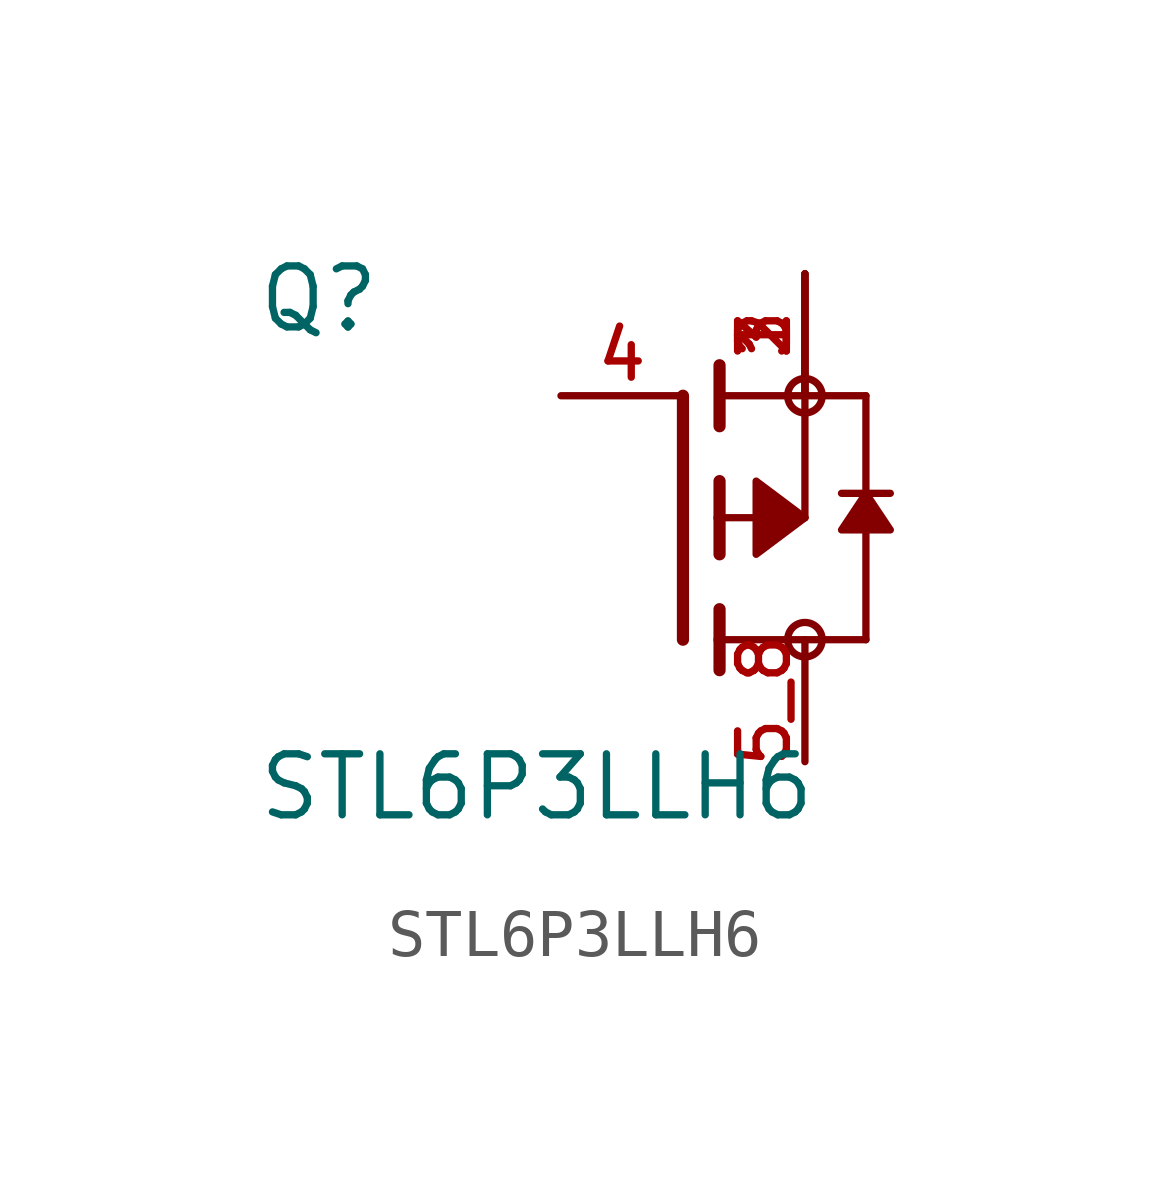
<source format=kicad_sym>
(kicad_symbol_lib
  (version 20211014)
  (generator kicad_symbol_editor)
  (symbol "STL6P3LLH6"
    (pin_names
      (offset 1.016))
    (property "Reference" "Q"
      (at -8.89 3.81 0)
      (effects (font (size 1.27 1.27)) (justify bottom left)))
    (property "Value" "STL6P3LLH6"
      (at -8.89 -6.35 0)
      (effects (font (size 1.27 1.27)) (justify bottom left)))
    (symbol "STL6P3LLH6_0_0"
      (polyline (pts (xy 0.762 -0.762) (xy 0.762 0.0)) (stroke (width 0.254)))
      (polyline (pts (xy 0.762 0.0) (xy 0.762 0.762)) (stroke (width 0.254)))
      (polyline (pts (xy 0.762 -3.175) (xy 0.762 -2.54)) (stroke (width 0.254)))
      (polyline (pts (xy 0.762 -2.54) (xy 0.762 -1.905)) (stroke (width 0.254)))
      (polyline (pts (xy 0.762 0.0) (xy 2.54 0.0)) (stroke (width 0.152)))
      (polyline (pts (xy 2.54 0.0) (xy 2.54 2.54)) (stroke (width 0.152)))
      (polyline (pts (xy 0.762 1.905) (xy 0.762 3.175)) (stroke (width 0.254)))
      (polyline (pts (xy 0.0 -2.54) (xy 0.0 2.54)) (stroke (width 0.254)))
      (polyline (pts (xy 3.81 2.54) (xy 0.762 2.54)) (stroke (width 0.152)))
      (polyline (pts (xy 3.81 -2.54) (xy 3.81 2.54)) (stroke (width 0.152)))
      (polyline (pts (xy 0.762 -2.54) (xy 3.81 -2.54)) (stroke (width 0.152)))
      (polyline (pts (xy 3.302 0.508) (xy 4.318 0.508)) (stroke (width 0.152)))
      (circle (center 2.54 2.54) (radius 0.359) (stroke (width 0.0)) (fill (type none)))
      (circle (center 2.54 -2.54) (radius 0.359) (stroke (width 0.0)) (fill (type none)))
      (polyline (pts (xy 3.81 0.508) (xy 4.318 -0.254) (xy 3.302 -0.254) (xy 3.81 0.508)) (stroke (width 0.152)) (fill (type outline)))
      (polyline (pts (xy 2.54 0.0) (xy 1.524 0.762) (xy 1.524 -0.762) (xy 2.54 0.0)) (stroke (width 0.152)) (fill (type outline)))
      (pin passive line (at 2.54 5.08 270.0) (length 2.54) (name "~" (effects (font (size 1.016 1.016)))) (number "1" (effects (font (size 1.016 1.016)))))
      (pin passive line (at -2.54 2.54 0) (length 2.54) (name "~" (effects (font (size 1.016 1.016)))) (number "4" (effects (font (size 1.016 1.016)))))
      (pin passive line (at 2.54 -5.08 90.0) (length 2.54) (name "~" (effects (font (size 1.016 1.016)))) (number "5_8" (effects (font (size 1.016 1.016)))))
      (pin passive line (at 2.54 5.08 270.0) (length 2.54) (name "~" (effects (font (size 1.016 1.016)))) (number "2" (effects (font (size 1.016 1.016)))))
      (pin passive line (at 2.54 5.08 270.0) (length 2.54) (name "~" (effects (font (size 1.016 1.016)))) (number "3" (effects (font (size 1.016 1.016))))))))
</source>
